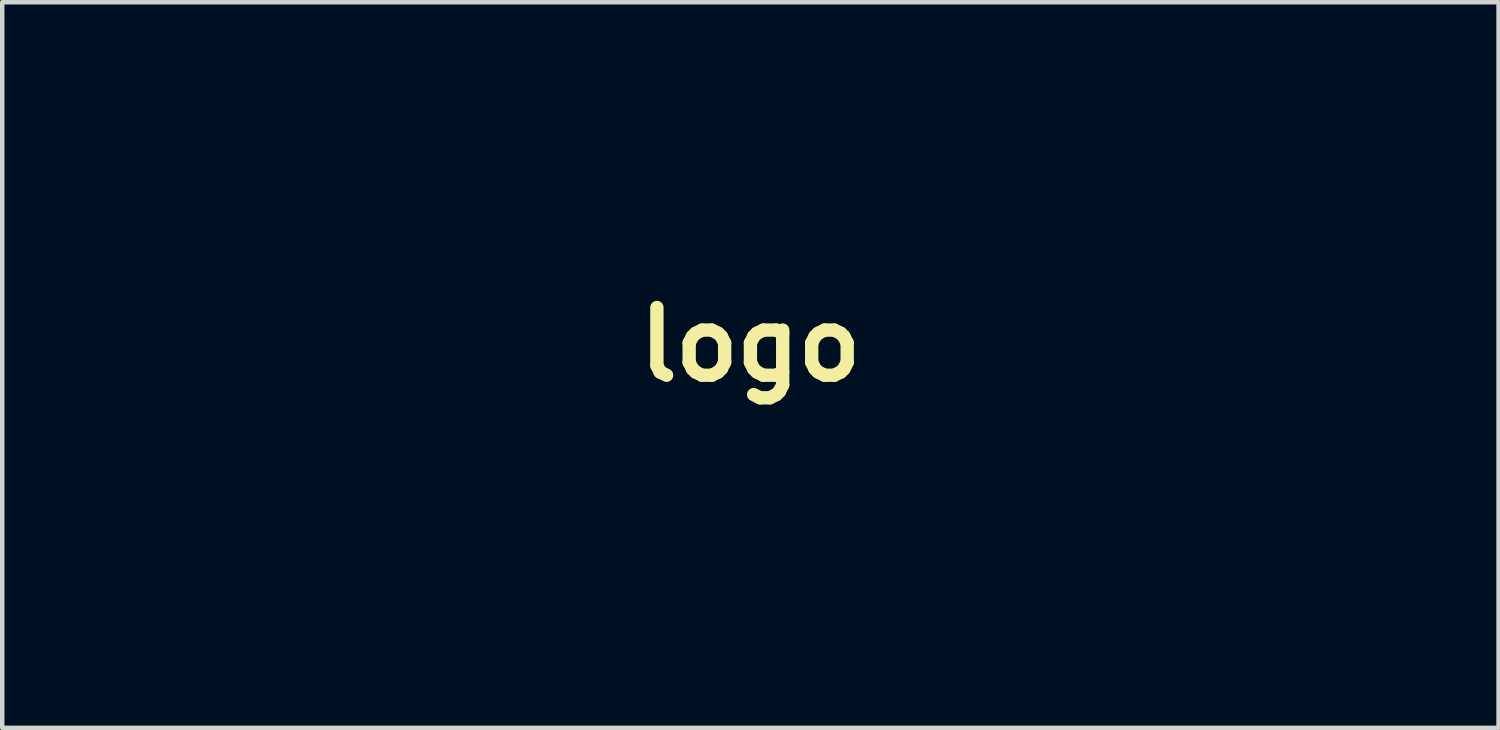
<source format=kicad_pcb>
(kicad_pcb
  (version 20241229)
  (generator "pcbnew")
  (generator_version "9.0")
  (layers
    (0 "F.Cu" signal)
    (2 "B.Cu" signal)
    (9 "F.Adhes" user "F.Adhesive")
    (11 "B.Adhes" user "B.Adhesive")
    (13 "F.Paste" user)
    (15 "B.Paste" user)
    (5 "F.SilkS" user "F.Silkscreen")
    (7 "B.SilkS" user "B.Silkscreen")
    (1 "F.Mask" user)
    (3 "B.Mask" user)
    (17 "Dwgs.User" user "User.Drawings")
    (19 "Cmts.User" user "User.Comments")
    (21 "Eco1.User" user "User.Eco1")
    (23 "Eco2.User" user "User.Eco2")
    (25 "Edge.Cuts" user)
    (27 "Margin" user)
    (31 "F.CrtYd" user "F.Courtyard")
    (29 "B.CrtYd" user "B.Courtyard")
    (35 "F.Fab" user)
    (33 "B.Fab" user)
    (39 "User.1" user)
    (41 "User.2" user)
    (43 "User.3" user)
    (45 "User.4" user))
  (footprint "logo"
    (layer "F.Cu")
    (at 13.838 4.705)
    (property "Reference" "logo" (at 0 0 0) (layer "F.SilkS") (effects (font (size 1.524 1.524) (thickness 0.3))))
    (attr through_hole)
    (fp_poly (pts (xy 12.916 -4.592) (xy 13.249 -4.404) (xy 13.527 -4.128) (xy 13.729 -3.769) (xy 13.787 -3.594) (xy 13.831 -3.302) (xy 13.831 -2.956) (xy 13.792 -2.607) (xy 13.717 -2.307) (xy 13.668 -2.191) (xy 13.426 -1.849) (xy 13.111 -1.596) (xy 12.745 -1.44) (xy 12.351 -1.389) (xy 11.951 -1.451) (xy 11.776 -1.517) (xy 11.58 -1.637) (xy 11.376 -1.81) (xy 11.29 -1.9) (xy 11.084 -2.227) (xy 10.96 -2.612) (xy 10.917 -3.027) (xy 10.953 -3.441) (xy 11.066 -3.828) (xy 11.255 -4.159) (xy 11.418 -4.33) (xy 11.778 -4.56) (xy 12.161 -4.675) (xy 12.547 -4.684) (xy 12.916 -4.592)) (stroke (width 0.01) (type solid)) (fill yes) (layer "F.Mask"))
    (fp_poly (pts (xy -11.992 -4.654) (xy -11.643 -4.509) (xy -11.408 -4.331) (xy -11.201 -4.1) (xy -11.064 -3.855) (xy -10.986 -3.562) (xy -10.956 -3.189) (xy -10.954 -3.048) (xy -10.972 -2.643) (xy -11.034 -2.328) (xy -11.151 -2.071) (xy -11.334 -1.839) (xy -11.408 -1.765) (xy -11.702 -1.564) (xy -12.058 -1.438) (xy -12.435 -1.393) (xy -12.792 -1.439) (xy -12.922 -1.485) (xy -13.24 -1.68) (xy -13.514 -1.952) (xy -13.661 -2.175) (xy -13.751 -2.433) (xy -13.81 -2.763) (xy -13.833 -3.116) (xy -13.817 -3.44) (xy -13.787 -3.594) (xy -13.628 -3.968) (xy -13.385 -4.272) (xy -13.079 -4.499) (xy -12.731 -4.642) (xy -12.362 -4.696) (xy -11.992 -4.654)) (stroke (width 0.01) (type solid)) (fill yes) (layer "F.Mask"))
    (fp_poly (pts (xy 7.298 -4.532) (xy 7.378 -4.393) (xy 7.419 -4.21) (xy 7.429 -3.963) (xy 7.409 -3.625) (xy 7.343 -3.389) (xy 7.224 -3.237) (xy 7.134 -3.182) (xy 7.009 -3.154) (xy 6.789 -3.131) (xy 6.504 -3.116) (xy 6.22 -3.111) (xy 5.461 -3.111) (xy 5.461 -1.917) (xy 5.46 -1.448) (xy 5.452 -1.091) (xy 5.428 -0.831) (xy 5.381 -0.652) (xy 5.302 -0.539) (xy 5.183 -0.477) (xy 5.017 -0.451) (xy 4.794 -0.445) (xy 4.676 -0.445) (xy 4.409 -0.448) (xy 4.235 -0.465) (xy 4.123 -0.501) (xy 4.038 -0.564) (xy 4.012 -0.591) (xy 3.963 -0.649) (xy 3.927 -0.717) (xy 3.903 -0.814) (xy 3.887 -0.96) (xy 3.878 -1.173) (xy 3.874 -1.473) (xy 3.874 -1.879) (xy 3.873 -1.92) (xy 3.873 -3.102) (xy 3.01 -3.122) (xy 2.662 -3.132) (xy 2.419 -3.144) (xy 2.256 -3.162) (xy 2.152 -3.19) (xy 2.083 -3.232) (xy 2.027 -3.292) (xy 2.026 -3.293) (xy 1.944 -3.472) (xy 1.902 -3.727) (xy 1.898 -4.011) (xy 1.934 -4.281) (xy 2.009 -4.49) (xy 2.037 -4.532) (xy 2.168 -4.699) (xy 4.667 -4.699) (xy 7.166 -4.699) (xy 7.298 -4.532)) (stroke (width 0.01) (type solid)) (fill yes) (layer "F.Mask"))
    (fp_poly (pts (xy -4.733 -4.699) (xy -4.572 -4.699) (xy -3.911 -4.7) (xy -3.365 -4.7) (xy -2.924 -4.696) (xy -2.577 -4.685) (xy -2.312 -4.664) (xy -2.119 -4.629) (xy -1.987 -4.578) (xy -1.904 -4.507) (xy -1.858 -4.413) (xy -1.84 -4.293) (xy -1.838 -4.143) (xy -1.841 -3.961) (xy -1.841 -3.915) (xy -1.846 -3.637) (xy -1.872 -3.435) (xy -1.936 -3.297) (xy -2.056 -3.21) (xy -2.251 -3.16) (xy -2.537 -3.135) (xy -2.924 -3.122) (xy -3.739 -3.102) (xy -3.759 -1.907) (xy -3.767 -1.44) (xy -3.78 -1.085) (xy -3.807 -0.826) (xy -3.856 -0.648) (xy -3.934 -0.537) (xy -4.05 -0.476) (xy -4.212 -0.45) (xy -4.43 -0.445) (xy -4.55 -0.445) (xy -4.825 -0.449) (xy -5.005 -0.468) (xy -5.121 -0.506) (xy -5.206 -0.57) (xy -5.207 -0.572) (xy -5.251 -0.624) (xy -5.284 -0.692) (xy -5.307 -0.795) (xy -5.321 -0.95) (xy -5.33 -1.178) (xy -5.333 -1.496) (xy -5.334 -1.9) (xy -5.334 -3.102) (xy -6.185 -3.122) (xy -6.586 -3.135) (xy -6.877 -3.159) (xy -7.076 -3.206) (xy -7.201 -3.288) (xy -7.269 -3.419) (xy -7.297 -3.611) (xy -7.302 -3.875) (xy -7.303 -3.915) (xy -7.305 -4.105) (xy -7.305 -4.262) (xy -7.292 -4.388) (xy -7.254 -4.488) (xy -7.18 -4.564) (xy -7.059 -4.619) (xy -6.881 -4.657) (xy -6.634 -4.681) (xy -6.306 -4.694) (xy -5.888 -4.699) (xy -5.367 -4.7) (xy -4.733 -4.699)) (stroke (width 0.01) (type solid)) (fill yes) (layer "F.Mask"))
    (fp_poly (pts (xy 0.338 -0.549) (xy 0.498 -0.461) (xy 0.615 -0.334) (xy 0.704 -0.144) (xy 0.782 0.139) (xy 0.807 0.254) (xy 0.979 0.814) (xy 1.242 1.286) (xy 1.598 1.671) (xy 2.025 1.958) (xy 2.193 2.045) (xy 2.347 2.116) (xy 2.501 2.173) (xy 2.671 2.218) (xy 2.872 2.253) (xy 3.119 2.28) (xy 3.426 2.301) (xy 3.809 2.317) (xy 4.283 2.33) (xy 4.863 2.343) (xy 5.144 2.348) (xy 5.747 2.361) (xy 6.239 2.372) (xy 6.633 2.384) (xy 6.944 2.397) (xy 7.187 2.413) (xy 7.377 2.431) (xy 7.529 2.454) (xy 7.657 2.482) (xy 7.776 2.516) (xy 7.811 2.528) (xy 8.374 2.765) (xy 8.836 3.074) (xy 9.195 3.449) (xy 9.446 3.888) (xy 9.587 4.386) (xy 9.619 4.784) (xy 9.615 5.019) (xy 9.594 5.168) (xy 9.541 5.274) (xy 9.442 5.376) (xy 9.413 5.403) (xy 9.223 5.536) (xy 9.018 5.585) (xy 8.933 5.588) (xy 8.652 5.533) (xy 8.438 5.377) (xy 8.302 5.132) (xy 8.255 4.816) (xy 8.195 4.5) (xy 8.02 4.226) (xy 7.739 4.004) (xy 7.416 3.86) (xy 7.297 3.84) (xy 7.063 3.821) (xy 6.728 3.801) (xy 6.303 3.783) (xy 5.802 3.766) (xy 5.236 3.751) (xy 4.985 3.746) (xy 4.375 3.733) (xy 3.877 3.72) (xy 3.476 3.707) (xy 3.157 3.692) (xy 2.905 3.674) (xy 2.704 3.654) (xy 2.541 3.628) (xy 2.399 3.598) (xy 2.316 3.576) (xy 1.686 3.355) (xy 1.138 3.061) (xy 0.638 2.675) (xy 0.509 2.554) (xy 0.032 2.092) (xy -0.114 2.259) (xy -0.613 2.737) (xy -1.2 3.126) (xy -1.864 3.423) (xy -2.598 3.624) (xy -2.941 3.68) (xy -3.142 3.698) (xy -3.446 3.715) (xy -3.83 3.728) (xy -4.271 3.738) (xy -4.745 3.745) (xy -5.145 3.747) (xy -5.664 3.749) (xy -6.137 3.757) (xy -6.548 3.769) (xy -6.877 3.785) (xy -7.108 3.804) (xy -7.188 3.816) (xy -7.604 3.946) (xy -7.924 4.14) (xy -8.14 4.39) (xy -8.245 4.691) (xy -8.255 4.826) (xy -8.308 5.131) (xy -8.452 5.377) (xy -8.667 5.546) (xy -8.933 5.619) (xy -9.119 5.607) (xy -9.304 5.516) (xy -9.473 5.339) (xy -9.595 5.116) (xy -9.633 4.969) (xy -9.63 4.535) (xy -9.521 4.09) (xy -9.318 3.661) (xy -9.035 3.273) (xy -8.689 2.951) (xy -8.403 2.773) (xy -8.213 2.679) (xy -8.039 2.602) (xy -7.866 2.539) (xy -7.679 2.49) (xy -7.463 2.452) (xy -7.202 2.422) (xy -6.881 2.4) (xy -6.485 2.382) (xy -5.999 2.368) (xy -5.407 2.355) (xy -5.144 2.349) (xy -4.506 2.336) (xy -3.98 2.322) (xy -3.55 2.306) (xy -3.202 2.286) (xy -2.919 2.26) (xy -2.688 2.225) (xy -2.492 2.181) (xy -2.317 2.124) (xy -2.146 2.054) (xy -1.966 1.967) (xy -1.897 1.933) (xy -1.482 1.654) (xy -1.131 1.276) (xy -0.855 0.818) (xy -0.668 0.299) (xy -0.633 0.143) (xy -0.523 -0.204) (xy -0.356 -0.449) (xy -0.138 -0.586) (xy 0.123 -0.608) (xy 0.338 -0.549)) (stroke (width 0.01) (type solid)) (fill yes) (layer "F.Mask")))
  (gr_rect
    (start -3 -3)
    (end 30.674 13.329)
    (stroke (width 0.1) (type default))
    (fill no)
    (layer "Edge.Cuts")))
</source>
